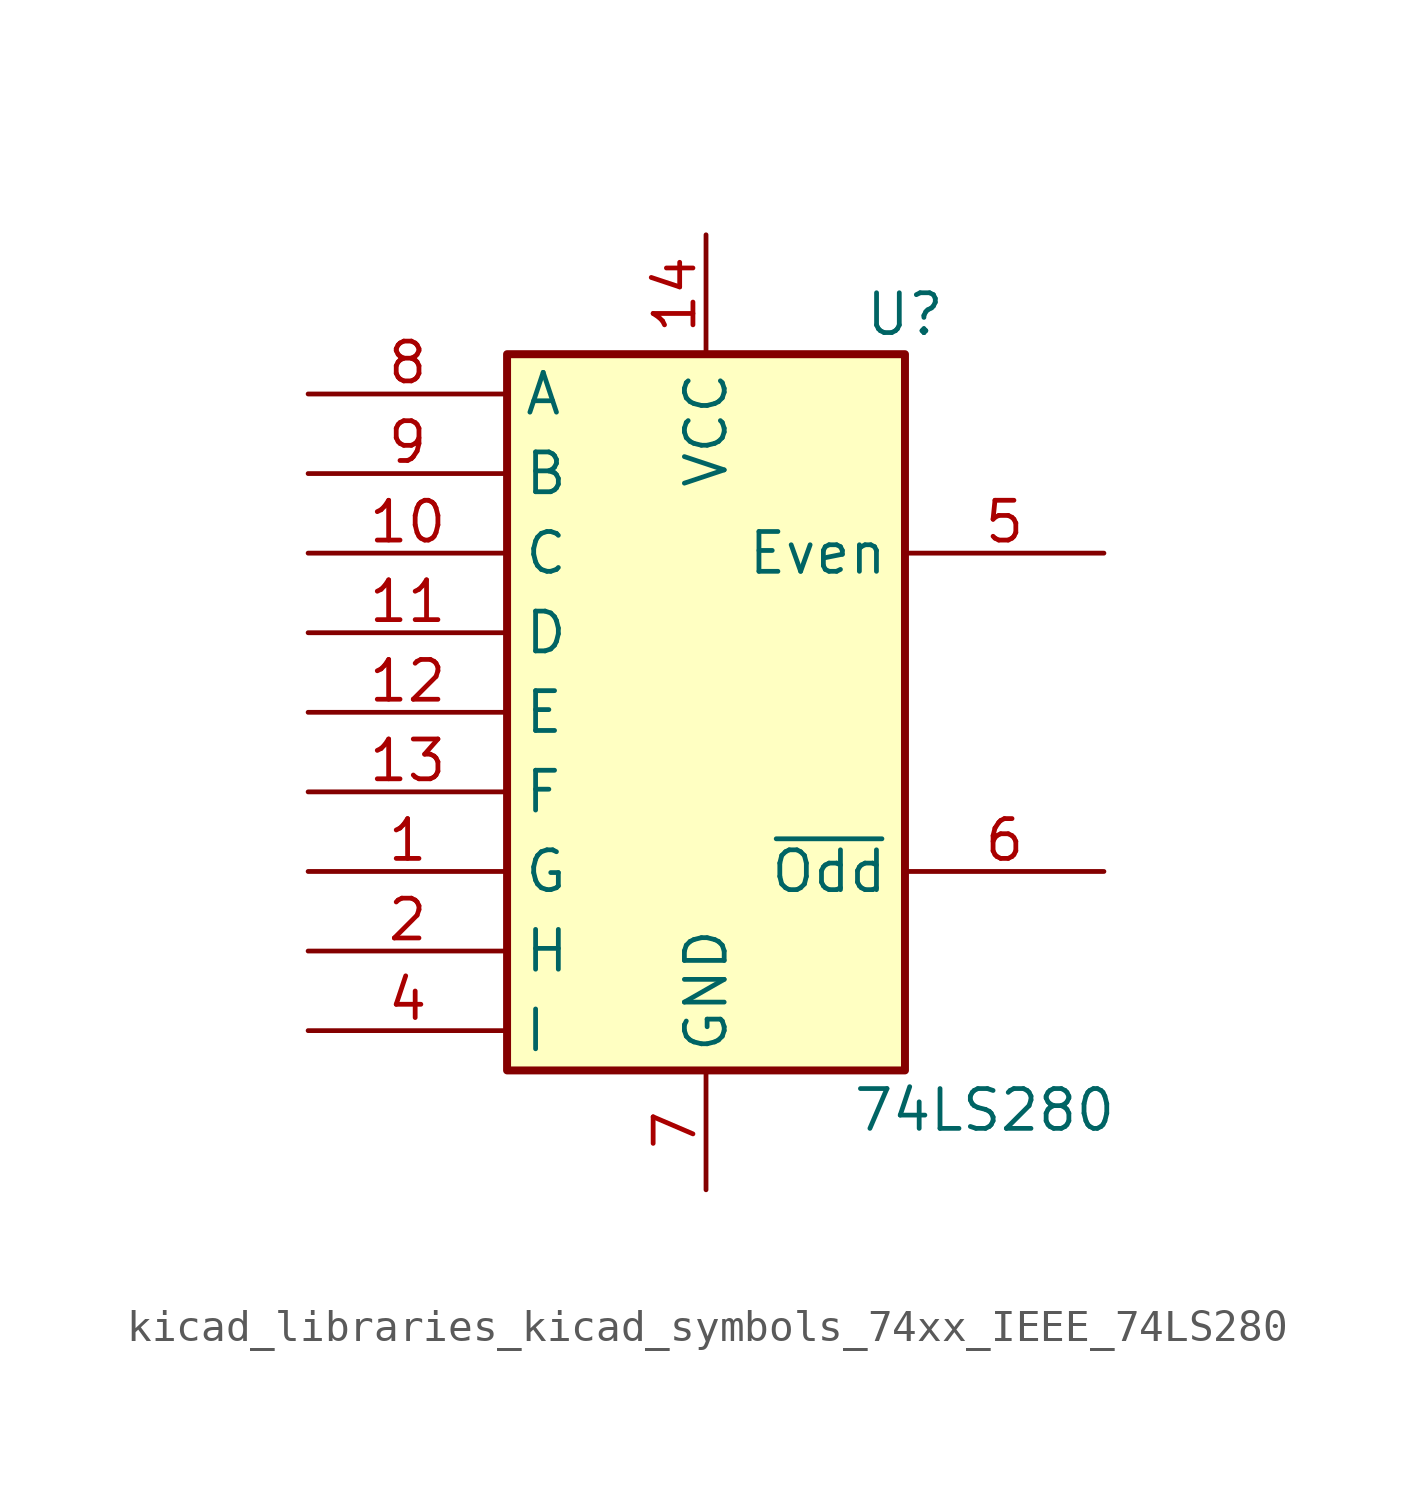
<source format=kicad_sym>
(kicad_symbol_lib
  (version 20220914)
  (generator kicad_symbol_editor)
  (symbol "kicad_libraries_kicad_symbols_74xx_IEEE_74LS280"
    (property "Reference" "U"
      (at 6.35 12.7 0)
      (effects (font (size 1.27 1.27))))
    (property "Value" "74LS280"
      (at 8.89 -12.7 0)
      (effects (font (size 1.27 1.27))))
    (symbol "kicad_libraries_kicad_symbols_74xx_IEEE_74LS280_0_0"
      (rectangle (start -6.35 11.43) (end 6.35 -11.43) (stroke (width 0.254) (type default)) (fill (type background)))
      (pin power_in line (at 0 15.24 270) (length 3.81) (name "VCC" (effects (font (size 1.27 1.27)))) (number "14" (effects (font (size 1.27 1.27)))))
      (pin power_in line (at 0 -15.24 90) (length 3.81) (name "GND" (effects (font (size 1.27 1.27)))) (number "7" (effects (font (size 1.27 1.27))))))
    (symbol "kicad_libraries_kicad_symbols_74xx_IEEE_74LS280_1_1"
      (pin input line (at -12.7 -5.08 0) (length 6.35) (name "G" (effects (font (size 1.27 1.27)))) (number "1" (effects (font (size 1.27 1.27)))))
      (pin input line (at -12.7 5.08 0) (length 6.35) (name "C" (effects (font (size 1.27 1.27)))) (number "10" (effects (font (size 1.27 1.27)))))
      (pin input line (at -12.7 2.54 0) (length 6.35) (name "D" (effects (font (size 1.27 1.27)))) (number "11" (effects (font (size 1.27 1.27)))))
      (pin input line (at -12.7 0 0) (length 6.35) (name "E" (effects (font (size 1.27 1.27)))) (number "12" (effects (font (size 1.27 1.27)))))
      (pin input line (at -12.7 -2.54 0) (length 6.35) (name "F" (effects (font (size 1.27 1.27)))) (number "13" (effects (font (size 1.27 1.27)))))
      (pin input line (at -12.7 -7.62 0) (length 6.35) (name "H" (effects (font (size 1.27 1.27)))) (number "2" (effects (font (size 1.27 1.27)))))
      (pin input line (at -12.7 -10.16 0) (length 6.35) (name "I" (effects (font (size 1.27 1.27)))) (number "4" (effects (font (size 1.27 1.27)))))
      (pin output line (at 12.7 5.08 180) (length 6.35) (name "Even" (effects (font (size 1.27 1.27)))) (number "5" (effects (font (size 1.27 1.27)))))
      (pin output line (at 12.7 -5.08 180) (length 6.35) (name "~{Odd}" (effects (font (size 1.27 1.27)))) (number "6" (effects (font (size 1.27 1.27)))))
      (pin input line (at -12.7 10.16 0) (length 6.35) (name "A" (effects (font (size 1.27 1.27)))) (number "8" (effects (font (size 1.27 1.27)))))
      (pin input line (at -12.7 7.62 0) (length 6.35) (name "B" (effects (font (size 1.27 1.27)))) (number "9" (effects (font (size 1.27 1.27))))))))
</source>
